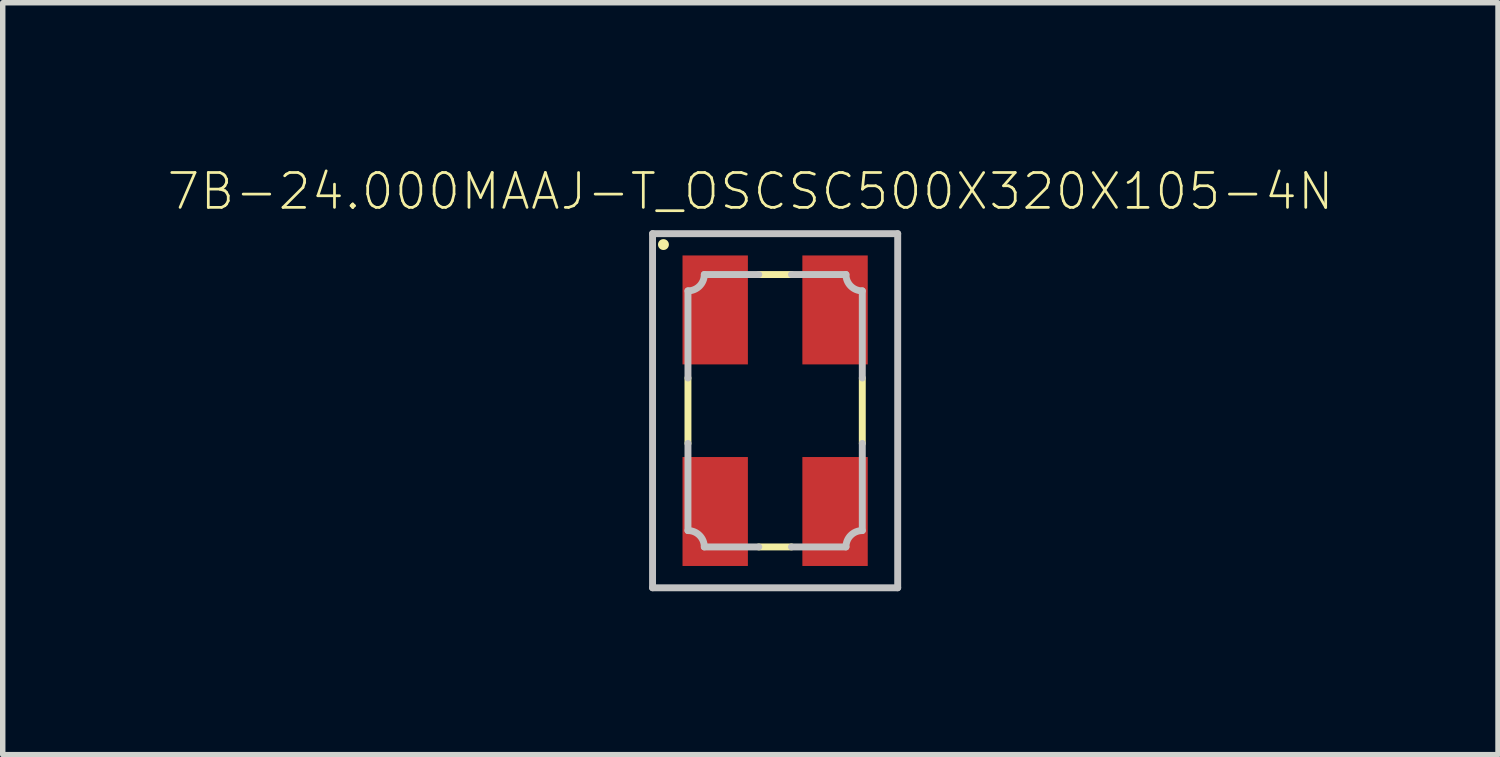
<source format=kicad_pcb>
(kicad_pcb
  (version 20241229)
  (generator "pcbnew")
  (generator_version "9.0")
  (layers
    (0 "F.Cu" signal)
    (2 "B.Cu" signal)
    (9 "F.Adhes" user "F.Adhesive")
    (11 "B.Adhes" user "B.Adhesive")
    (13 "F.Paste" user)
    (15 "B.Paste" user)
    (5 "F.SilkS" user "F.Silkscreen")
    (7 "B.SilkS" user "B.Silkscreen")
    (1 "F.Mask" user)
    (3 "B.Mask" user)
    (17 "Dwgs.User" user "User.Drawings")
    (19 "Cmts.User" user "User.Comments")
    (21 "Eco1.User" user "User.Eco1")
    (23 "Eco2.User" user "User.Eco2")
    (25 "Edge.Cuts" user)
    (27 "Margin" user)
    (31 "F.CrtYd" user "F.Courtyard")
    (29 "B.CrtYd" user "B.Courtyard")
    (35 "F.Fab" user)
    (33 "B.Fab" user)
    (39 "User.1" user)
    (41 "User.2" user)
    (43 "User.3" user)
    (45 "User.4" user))
  (footprint "7B-24.000MAAJ-T_OSCSC500X320X105-4N"
    (layer "F.Cu")
    (at 11.178 4.489)
    (property "Reference" "7B-24.000MAAJ-T_OSCSC500X320X105-4N" (at -0.454 -4.026 0) (layer "F.SilkS") (effects (font (size 0.64 0.64) (thickness 0.05))))
    (attr smd)
    (fp_line (start -1.6 -0.6) (end -1.6 0.6) (stroke (width 0.127) (type solid)) (layer "F.SilkS"))
    (fp_line (start 0.3 -2.5) (end -0.3 -2.5) (stroke (width 0.127) (type solid)) (layer "F.SilkS"))
    (fp_line (start 0.3 2.5) (end -0.3 2.5) (stroke (width 0.127) (type solid)) (layer "F.SilkS"))
    (fp_line (start 1.6 -0.6) (end 1.6 0.6) (stroke (width 0.127) (type solid)) (layer "F.SilkS"))
    (fp_circle (center -2.05 -3.05) (end -1.95 -3.05) (stroke (width 0) (type solid)) (fill yes) (layer "F.SilkS"))
    (fp_line (start -2.25 -3.25) (end -2.25 3.25) (stroke (width 0.127) (type solid)) (layer "Dwgs.User"))
    (fp_line (start -2.25 3.25) (end 2.25 3.25) (stroke (width 0.127) (type solid)) (layer "Dwgs.User"))
    (fp_line (start -1.6 -2.2) (end -1.6 -0.6) (stroke (width 0.127) (type solid)) (layer "Dwgs.User"))
    (fp_line (start -1.6 0.6) (end -1.6 2.2) (stroke (width 0.127) (type solid)) (layer "Dwgs.User"))
    (fp_line (start -1.3 2.5) (end -0.3 2.5) (stroke (width 0.127) (type solid)) (layer "Dwgs.User"))
    (fp_line (start -0.3 -2.5) (end -1.3 -2.5) (stroke (width 0.127) (type solid)) (layer "Dwgs.User"))
    (fp_line (start 0.3 -2.5) (end 1.3 -2.5) (stroke (width 0.127) (type solid)) (layer "Dwgs.User"))
    (fp_line (start 1.3 2.5) (end 0.3 2.5) (stroke (width 0.127) (type solid)) (layer "Dwgs.User"))
    (fp_line (start 1.6 -2.2) (end 1.6 -0.6) (stroke (width 0.127) (type solid)) (layer "Dwgs.User"))
    (fp_line (start 1.6 0.6) (end 1.6 2.2) (stroke (width 0.127) (type solid)) (layer "Dwgs.User"))
    (fp_line (start 2.25 -3.25) (end -2.25 -3.25) (stroke (width 0.127) (type solid)) (layer "Dwgs.User"))
    (fp_line (start 2.25 3.25) (end 2.25 -3.25) (stroke (width 0.127) (type solid)) (layer "Dwgs.User"))
    (fp_arc (start -1.6 2.2) (mid -1.387868 2.287868) (end -1.3 2.5) (stroke (width 0.127) (type solid)) (layer "Dwgs.User"))
    (fp_arc (start -1.3 -2.5) (mid -1.387868 -2.287868) (end -1.6 -2.2) (stroke (width 0.127) (type solid)) (layer "Dwgs.User"))
    (fp_arc (start 1.3 2.5) (mid 1.387868 2.287868) (end 1.6 2.2) (stroke (width 0.127) (type solid)) (layer "Dwgs.User"))
    (fp_arc (start 1.6 -2.2) (mid 1.387868 -2.287868) (end 1.3 -2.5) (stroke (width 0.127) (type solid)) (layer "Dwgs.User"))
    (pad "1" smd rect (at -1.1 -1.85 270) (size 2 1.2) (layers "F.Cu" "F.Mask" "F.Paste"))
    (pad "2" smd rect (at -1.1 1.85 270) (size 2 1.2) (layers "F.Cu" "F.Mask" "F.Paste"))
    (pad "3" smd rect (at 1.1 1.85 270) (size 2 1.2) (layers "F.Cu" "F.Mask" "F.Paste"))
    (pad "4" smd rect (at 1.1 -1.85 270) (size 2 1.2) (layers "F.Cu" "F.Mask" "F.Paste")))
  (gr_rect
    (start -3 -3)
    (end 24.447 10.802)
    (stroke (width 0.1) (type default))
    (fill no)
    (layer "Edge.Cuts")))
</source>
